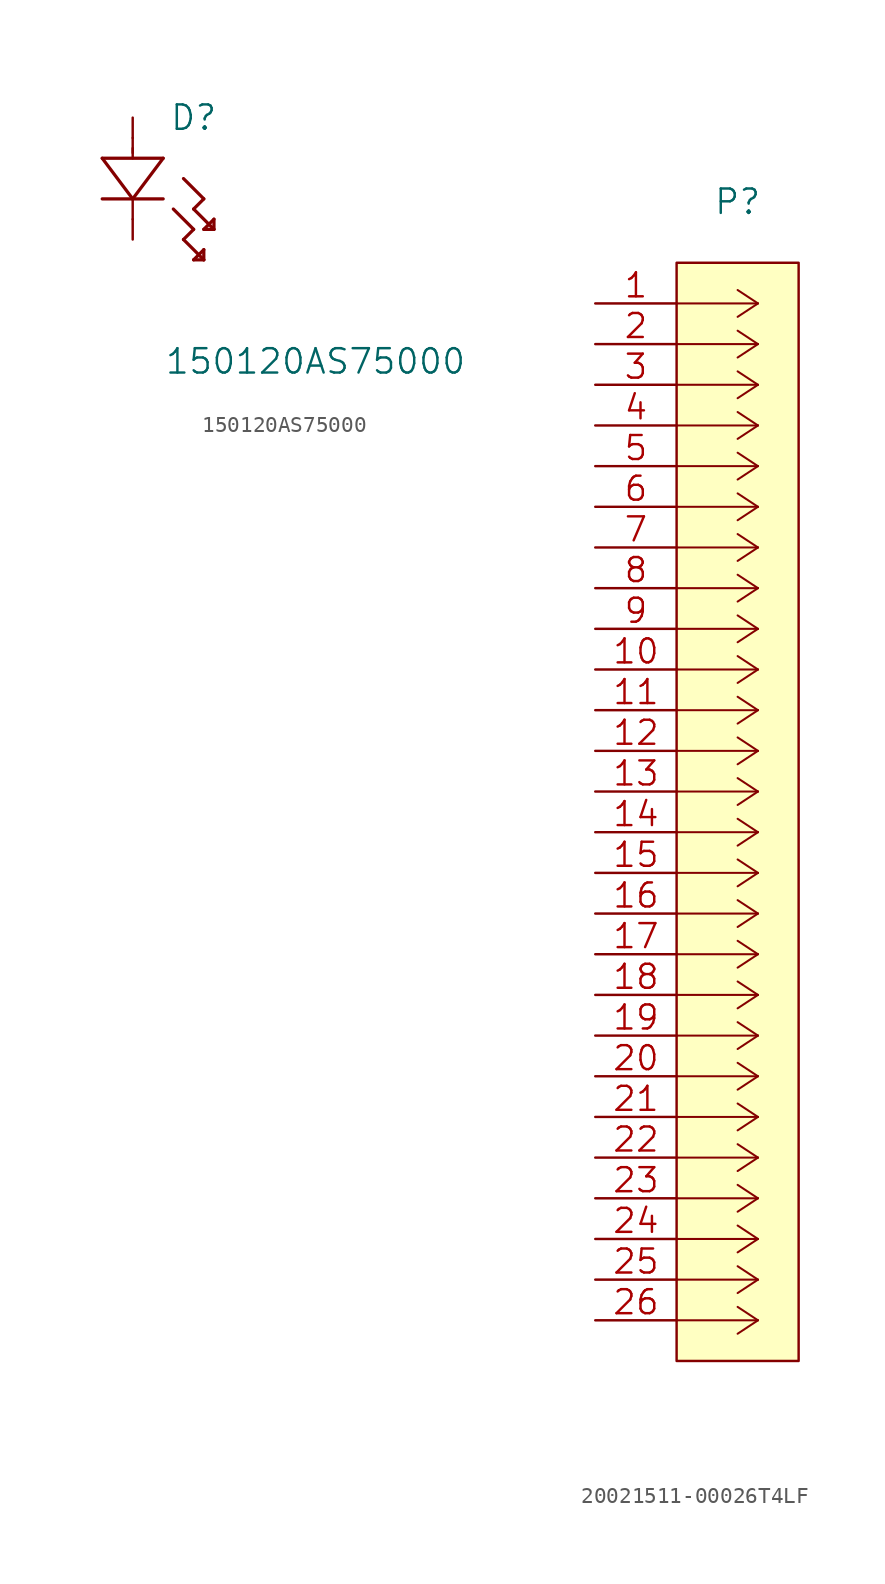
<source format=kicad_sym>
(kicad_symbol_lib
  (version 20211014)
  (generator kicad_symbol_editor)
  (symbol "150120AS75000"
    (pin_numbers hide)
    (pin_names hide)
    (property "Reference" "D"
      (at 3.81 5.08 0)
      (effects (font (size 1.524 1.524))))
    (property "Value" "150120AS75000"
      (at 11.43 -10.16 0)
      (effects (font (size 1.524 1.524))))
    (property "Datasheet" ""
      (at 0 6.35 90)
      (effects (font (size 1.524 1.524))))
    (property "ki_locked" ""
      (at 0 0 0)
      (effects (font (size 1.27 1.27))))
    (symbol "150120AS75000_1_1"
      (polyline (pts (xy -1.905 0) (xy 1.905 0)) (stroke (width 0.203) (type default) (color 0 0 0 0)) (fill (type none)))
      (polyline (pts (xy -1.905 2.54) (xy 0 0)) (stroke (width 0.203) (type default) (color 0 0 0 0)) (fill (type none)))
      (polyline (pts (xy 0 0) (xy 0 -1.27)) (stroke (width 0.152) (type default) (color 0 0 0 0)) (fill (type none)))
      (polyline (pts (xy 0 0) (xy 1.905 2.54)) (stroke (width 0.203) (type default) (color 0 0 0 0)) (fill (type none)))
      (polyline (pts (xy 0 3.175) (xy 0 2.54)) (stroke (width 0.152) (type default) (color 0 0 0 0)) (fill (type none)))
      (polyline (pts (xy 0 3.81) (xy 0 2.87)) (stroke (width 0.152) (type default) (color 0 0 0 0)) (fill (type none)))
      (polyline (pts (xy 1.905 2.54) (xy -1.905 2.54)) (stroke (width 0.203) (type default) (color 0 0 0 0)) (fill (type none)))
      (polyline (pts (xy 2.54 -0.635) (xy 3.81 -1.905)) (stroke (width 0.203) (type default) (color 0 0 0 0)) (fill (type none)))
      (polyline (pts (xy 3.175 -2.54) (xy 4.445 -3.81)) (stroke (width 0.203) (type default) (color 0 0 0 0)) (fill (type none)))
      (polyline (pts (xy 3.175 1.27) (xy 4.445 0)) (stroke (width 0.203) (type default) (color 0 0 0 0)) (fill (type none)))
      (polyline (pts (xy 3.81 -3.81) (xy 4.445 -3.81)) (stroke (width 0.203) (type default) (color 0 0 0 0)) (fill (type none)))
      (polyline (pts (xy 3.81 -1.905) (xy 3.175 -2.54)) (stroke (width 0.203) (type default) (color 0 0 0 0)) (fill (type none)))
      (polyline (pts (xy 3.81 -0.635) (xy 5.08 -1.905)) (stroke (width 0.203) (type default) (color 0 0 0 0)) (fill (type none)))
      (polyline (pts (xy 4.445 -3.81) (xy 4.445 -3.175)) (stroke (width 0.203) (type default) (color 0 0 0 0)) (fill (type none)))
      (polyline (pts (xy 4.445 -3.175) (xy 3.81 -3.81)) (stroke (width 0.203) (type default) (color 0 0 0 0)) (fill (type none)))
      (polyline (pts (xy 4.445 -1.905) (xy 5.08 -1.905)) (stroke (width 0.203) (type default) (color 0 0 0 0)) (fill (type none)))
      (polyline (pts (xy 4.445 0) (xy 3.81 -0.635)) (stroke (width 0.203) (type default) (color 0 0 0 0)) (fill (type none)))
      (polyline (pts (xy 5.08 -1.905) (xy 5.08 -1.27)) (stroke (width 0.203) (type default) (color 0 0 0 0)) (fill (type none)))
      (polyline (pts (xy 5.08 -1.27) (xy 4.445 -1.905)) (stroke (width 0.203) (type default) (color 0 0 0 0)) (fill (type none)))
      (pin passive line (at 0 -2.54 90) (length 1.27) (name "1" (effects (font (size 1.499 1.499)))) (number "1" (effects (font (size 1.499 1.499)))))
      (pin passive line (at 0 5.08 270) (length 1.27) (name "2" (effects (font (size 1.499 1.499)))) (number "2" (effects (font (size 1.499 1.499)))))))
  (symbol "20021511-00026T4LF"
    (pin_names
      (offset 0.254) hide)
    (property "Reference" "P"
      (at 8.89 6.35 0)
      (effects (font (size 1.524 1.524))))
    (symbol "20021511-00026T4LF_0_1"
      (rectangle (start 5.08 2.54) (end 12.7 -66.04) (stroke (width 0.152) (type default) (color 0 0 0 0)) (fill (type background))))
    (symbol "20021511-00026T4LF_1_1"
      (polyline (pts (xy 10.16 -63.5) (xy 5.08 -63.5)) (stroke (width 0.127) (type default) (color 0 0 0 0)) (fill (type none)))
      (polyline (pts (xy 10.16 -63.5) (xy 8.89 -64.338)) (stroke (width 0.127) (type default) (color 0 0 0 0)) (fill (type none)))
      (polyline (pts (xy 10.16 -63.5) (xy 8.89 -62.662)) (stroke (width 0.127) (type default) (color 0 0 0 0)) (fill (type none)))
      (polyline (pts (xy 10.16 -60.96) (xy 5.08 -60.96)) (stroke (width 0.127) (type default) (color 0 0 0 0)) (fill (type none)))
      (polyline (pts (xy 10.16 -60.96) (xy 8.89 -61.798)) (stroke (width 0.127) (type default) (color 0 0 0 0)) (fill (type none)))
      (polyline (pts (xy 10.16 -60.96) (xy 8.89 -60.122)) (stroke (width 0.127) (type default) (color 0 0 0 0)) (fill (type none)))
      (polyline (pts (xy 10.16 -58.42) (xy 5.08 -58.42)) (stroke (width 0.127) (type default) (color 0 0 0 0)) (fill (type none)))
      (polyline (pts (xy 10.16 -58.42) (xy 8.89 -59.258)) (stroke (width 0.127) (type default) (color 0 0 0 0)) (fill (type none)))
      (polyline (pts (xy 10.16 -58.42) (xy 8.89 -57.582)) (stroke (width 0.127) (type default) (color 0 0 0 0)) (fill (type none)))
      (polyline (pts (xy 10.16 -55.88) (xy 5.08 -55.88)) (stroke (width 0.127) (type default) (color 0 0 0 0)) (fill (type none)))
      (polyline (pts (xy 10.16 -55.88) (xy 8.89 -56.718)) (stroke (width 0.127) (type default) (color 0 0 0 0)) (fill (type none)))
      (polyline (pts (xy 10.16 -55.88) (xy 8.89 -55.042)) (stroke (width 0.127) (type default) (color 0 0 0 0)) (fill (type none)))
      (polyline (pts (xy 10.16 -53.34) (xy 5.08 -53.34)) (stroke (width 0.127) (type default) (color 0 0 0 0)) (fill (type none)))
      (polyline (pts (xy 10.16 -53.34) (xy 8.89 -54.178)) (stroke (width 0.127) (type default) (color 0 0 0 0)) (fill (type none)))
      (polyline (pts (xy 10.16 -53.34) (xy 8.89 -52.502)) (stroke (width 0.127) (type default) (color 0 0 0 0)) (fill (type none)))
      (polyline (pts (xy 10.16 -50.8) (xy 5.08 -50.8)) (stroke (width 0.127) (type default) (color 0 0 0 0)) (fill (type none)))
      (polyline (pts (xy 10.16 -50.8) (xy 8.89 -51.638)) (stroke (width 0.127) (type default) (color 0 0 0 0)) (fill (type none)))
      (polyline (pts (xy 10.16 -50.8) (xy 8.89 -49.962)) (stroke (width 0.127) (type default) (color 0 0 0 0)) (fill (type none)))
      (polyline (pts (xy 10.16 -48.26) (xy 5.08 -48.26)) (stroke (width 0.127) (type default) (color 0 0 0 0)) (fill (type none)))
      (polyline (pts (xy 10.16 -48.26) (xy 8.89 -49.098)) (stroke (width 0.127) (type default) (color 0 0 0 0)) (fill (type none)))
      (polyline (pts (xy 10.16 -48.26) (xy 8.89 -47.422)) (stroke (width 0.127) (type default) (color 0 0 0 0)) (fill (type none)))
      (polyline (pts (xy 10.16 -45.72) (xy 5.08 -45.72)) (stroke (width 0.127) (type default) (color 0 0 0 0)) (fill (type none)))
      (polyline (pts (xy 10.16 -45.72) (xy 8.89 -46.558)) (stroke (width 0.127) (type default) (color 0 0 0 0)) (fill (type none)))
      (polyline (pts (xy 10.16 -45.72) (xy 8.89 -44.882)) (stroke (width 0.127) (type default) (color 0 0 0 0)) (fill (type none)))
      (polyline (pts (xy 10.16 -43.18) (xy 5.08 -43.18)) (stroke (width 0.127) (type default) (color 0 0 0 0)) (fill (type none)))
      (polyline (pts (xy 10.16 -43.18) (xy 8.89 -44.018)) (stroke (width 0.127) (type default) (color 0 0 0 0)) (fill (type none)))
      (polyline (pts (xy 10.16 -43.18) (xy 8.89 -42.342)) (stroke (width 0.127) (type default) (color 0 0 0 0)) (fill (type none)))
      (polyline (pts (xy 10.16 -40.64) (xy 5.08 -40.64)) (stroke (width 0.127) (type default) (color 0 0 0 0)) (fill (type none)))
      (polyline (pts (xy 10.16 -40.64) (xy 8.89 -41.478)) (stroke (width 0.127) (type default) (color 0 0 0 0)) (fill (type none)))
      (polyline (pts (xy 10.16 -40.64) (xy 8.89 -39.802)) (stroke (width 0.127) (type default) (color 0 0 0 0)) (fill (type none)))
      (polyline (pts (xy 10.16 -38.1) (xy 5.08 -38.1)) (stroke (width 0.127) (type default) (color 0 0 0 0)) (fill (type none)))
      (polyline (pts (xy 10.16 -38.1) (xy 8.89 -38.938)) (stroke (width 0.127) (type default) (color 0 0 0 0)) (fill (type none)))
      (polyline (pts (xy 10.16 -38.1) (xy 8.89 -37.262)) (stroke (width 0.127) (type default) (color 0 0 0 0)) (fill (type none)))
      (polyline (pts (xy 10.16 -35.56) (xy 5.08 -35.56)) (stroke (width 0.127) (type default) (color 0 0 0 0)) (fill (type none)))
      (polyline (pts (xy 10.16 -35.56) (xy 8.89 -36.398)) (stroke (width 0.127) (type default) (color 0 0 0 0)) (fill (type none)))
      (polyline (pts (xy 10.16 -35.56) (xy 8.89 -34.722)) (stroke (width 0.127) (type default) (color 0 0 0 0)) (fill (type none)))
      (polyline (pts (xy 10.16 -33.02) (xy 5.08 -33.02)) (stroke (width 0.127) (type default) (color 0 0 0 0)) (fill (type none)))
      (polyline (pts (xy 10.16 -33.02) (xy 8.89 -33.858)) (stroke (width 0.127) (type default) (color 0 0 0 0)) (fill (type none)))
      (polyline (pts (xy 10.16 -33.02) (xy 8.89 -32.182)) (stroke (width 0.127) (type default) (color 0 0 0 0)) (fill (type none)))
      (polyline (pts (xy 10.16 -30.48) (xy 5.08 -30.48)) (stroke (width 0.127) (type default) (color 0 0 0 0)) (fill (type none)))
      (polyline (pts (xy 10.16 -30.48) (xy 8.89 -31.318)) (stroke (width 0.127) (type default) (color 0 0 0 0)) (fill (type none)))
      (polyline (pts (xy 10.16 -30.48) (xy 8.89 -29.642)) (stroke (width 0.127) (type default) (color 0 0 0 0)) (fill (type none)))
      (polyline (pts (xy 10.16 -27.94) (xy 5.08 -27.94)) (stroke (width 0.127) (type default) (color 0 0 0 0)) (fill (type none)))
      (polyline (pts (xy 10.16 -27.94) (xy 8.89 -28.778)) (stroke (width 0.127) (type default) (color 0 0 0 0)) (fill (type none)))
      (polyline (pts (xy 10.16 -27.94) (xy 8.89 -27.102)) (stroke (width 0.127) (type default) (color 0 0 0 0)) (fill (type none)))
      (polyline (pts (xy 10.16 -25.4) (xy 5.08 -25.4)) (stroke (width 0.127) (type default) (color 0 0 0 0)) (fill (type none)))
      (polyline (pts (xy 10.16 -25.4) (xy 8.89 -26.238)) (stroke (width 0.127) (type default) (color 0 0 0 0)) (fill (type none)))
      (polyline (pts (xy 10.16 -25.4) (xy 8.89 -24.562)) (stroke (width 0.127) (type default) (color 0 0 0 0)) (fill (type none)))
      (polyline (pts (xy 10.16 -22.86) (xy 5.08 -22.86)) (stroke (width 0.127) (type default) (color 0 0 0 0)) (fill (type none)))
      (polyline (pts (xy 10.16 -22.86) (xy 8.89 -23.698)) (stroke (width 0.127) (type default) (color 0 0 0 0)) (fill (type none)))
      (polyline (pts (xy 10.16 -22.86) (xy 8.89 -22.022)) (stroke (width 0.127) (type default) (color 0 0 0 0)) (fill (type none)))
      (polyline (pts (xy 10.16 -20.32) (xy 5.08 -20.32)) (stroke (width 0.127) (type default) (color 0 0 0 0)) (fill (type none)))
      (polyline (pts (xy 10.16 -20.32) (xy 8.89 -21.158)) (stroke (width 0.127) (type default) (color 0 0 0 0)) (fill (type none)))
      (polyline (pts (xy 10.16 -20.32) (xy 8.89 -19.482)) (stroke (width 0.127) (type default) (color 0 0 0 0)) (fill (type none)))
      (polyline (pts (xy 10.16 -17.78) (xy 5.08 -17.78)) (stroke (width 0.127) (type default) (color 0 0 0 0)) (fill (type none)))
      (polyline (pts (xy 10.16 -17.78) (xy 8.89 -18.618)) (stroke (width 0.127) (type default) (color 0 0 0 0)) (fill (type none)))
      (polyline (pts (xy 10.16 -17.78) (xy 8.89 -16.942)) (stroke (width 0.127) (type default) (color 0 0 0 0)) (fill (type none)))
      (polyline (pts (xy 10.16 -15.24) (xy 5.08 -15.24)) (stroke (width 0.127) (type default) (color 0 0 0 0)) (fill (type none)))
      (polyline (pts (xy 10.16 -15.24) (xy 8.89 -16.078)) (stroke (width 0.127) (type default) (color 0 0 0 0)) (fill (type none)))
      (polyline (pts (xy 10.16 -15.24) (xy 8.89 -14.402)) (stroke (width 0.127) (type default) (color 0 0 0 0)) (fill (type none)))
      (polyline (pts (xy 10.16 -12.7) (xy 5.08 -12.7)) (stroke (width 0.127) (type default) (color 0 0 0 0)) (fill (type none)))
      (polyline (pts (xy 10.16 -12.7) (xy 8.89 -13.538)) (stroke (width 0.127) (type default) (color 0 0 0 0)) (fill (type none)))
      (polyline (pts (xy 10.16 -12.7) (xy 8.89 -11.862)) (stroke (width 0.127) (type default) (color 0 0 0 0)) (fill (type none)))
      (polyline (pts (xy 10.16 -10.16) (xy 5.08 -10.16)) (stroke (width 0.127) (type default) (color 0 0 0 0)) (fill (type none)))
      (polyline (pts (xy 10.16 -10.16) (xy 8.89 -10.998)) (stroke (width 0.127) (type default) (color 0 0 0 0)) (fill (type none)))
      (polyline (pts (xy 10.16 -10.16) (xy 8.89 -9.322)) (stroke (width 0.127) (type default) (color 0 0 0 0)) (fill (type none)))
      (polyline (pts (xy 10.16 -7.62) (xy 5.08 -7.62)) (stroke (width 0.127) (type default) (color 0 0 0 0)) (fill (type none)))
      (polyline (pts (xy 10.16 -7.62) (xy 8.89 -8.458)) (stroke (width 0.127) (type default) (color 0 0 0 0)) (fill (type none)))
      (polyline (pts (xy 10.16 -7.62) (xy 8.89 -6.782)) (stroke (width 0.127) (type default) (color 0 0 0 0)) (fill (type none)))
      (polyline (pts (xy 10.16 -5.08) (xy 5.08 -5.08)) (stroke (width 0.127) (type default) (color 0 0 0 0)) (fill (type none)))
      (polyline (pts (xy 10.16 -5.08) (xy 8.89 -5.918)) (stroke (width 0.127) (type default) (color 0 0 0 0)) (fill (type none)))
      (polyline (pts (xy 10.16 -5.08) (xy 8.89 -4.242)) (stroke (width 0.127) (type default) (color 0 0 0 0)) (fill (type none)))
      (polyline (pts (xy 10.16 -2.54) (xy 5.08 -2.54)) (stroke (width 0.127) (type default) (color 0 0 0 0)) (fill (type none)))
      (polyline (pts (xy 10.16 -2.54) (xy 8.89 -3.378)) (stroke (width 0.127) (type default) (color 0 0 0 0)) (fill (type none)))
      (polyline (pts (xy 10.16 -2.54) (xy 8.89 -1.702)) (stroke (width 0.127) (type default) (color 0 0 0 0)) (fill (type none)))
      (polyline (pts (xy 10.16 0) (xy 5.08 0)) (stroke (width 0.127) (type default) (color 0 0 0 0)) (fill (type none)))
      (polyline (pts (xy 10.16 0) (xy 8.89 -0.838)) (stroke (width 0.127) (type default) (color 0 0 0 0)) (fill (type none)))
      (polyline (pts (xy 10.16 0) (xy 8.89 0.838)) (stroke (width 0.127) (type default) (color 0 0 0 0)) (fill (type none)))
      (pin passive line (at 0 0 0) (length 5.08) (name "1" (effects (font (size 1.499 1.499)))) (number "1" (effects (font (size 1.499 1.499)))))
      (pin passive line (at 0 -22.86 0) (length 5.08) (name "10" (effects (font (size 1.499 1.499)))) (number "10" (effects (font (size 1.499 1.499)))))
      (pin passive line (at 0 -25.4 0) (length 5.08) (name "11" (effects (font (size 1.499 1.499)))) (number "11" (effects (font (size 1.499 1.499)))))
      (pin passive line (at 0 -27.94 0) (length 5.08) (name "12" (effects (font (size 1.499 1.499)))) (number "12" (effects (font (size 1.499 1.499)))))
      (pin passive line (at 0 -30.48 0) (length 5.08) (name "13" (effects (font (size 1.499 1.499)))) (number "13" (effects (font (size 1.499 1.499)))))
      (pin passive line (at 0 -33.02 0) (length 5.08) (name "14" (effects (font (size 1.499 1.499)))) (number "14" (effects (font (size 1.499 1.499)))))
      (pin passive line (at 0 -35.56 0) (length 5.08) (name "15" (effects (font (size 1.499 1.499)))) (number "15" (effects (font (size 1.499 1.499)))))
      (pin passive line (at 0 -38.1 0) (length 5.08) (name "16" (effects (font (size 1.499 1.499)))) (number "16" (effects (font (size 1.499 1.499)))))
      (pin passive line (at 0 -40.64 0) (length 5.08) (name "17" (effects (font (size 1.499 1.499)))) (number "17" (effects (font (size 1.499 1.499)))))
      (pin passive line (at 0 -43.18 0) (length 5.08) (name "18" (effects (font (size 1.499 1.499)))) (number "18" (effects (font (size 1.499 1.499)))))
      (pin passive line (at 0 -45.72 0) (length 5.08) (name "19" (effects (font (size 1.499 1.499)))) (number "19" (effects (font (size 1.499 1.499)))))
      (pin passive line (at 0 -2.54 0) (length 5.08) (name "2" (effects (font (size 1.499 1.499)))) (number "2" (effects (font (size 1.499 1.499)))))
      (pin passive line (at 0 -48.26 0) (length 5.08) (name "20" (effects (font (size 1.499 1.499)))) (number "20" (effects (font (size 1.499 1.499)))))
      (pin passive line (at 0 -50.8 0) (length 5.08) (name "21" (effects (font (size 1.499 1.499)))) (number "21" (effects (font (size 1.499 1.499)))))
      (pin passive line (at 0 -53.34 0) (length 5.08) (name "22" (effects (font (size 1.499 1.499)))) (number "22" (effects (font (size 1.499 1.499)))))
      (pin passive line (at 0 -55.88 0) (length 5.08) (name "23" (effects (font (size 1.499 1.499)))) (number "23" (effects (font (size 1.499 1.499)))))
      (pin passive line (at 0 -58.42 0) (length 5.08) (name "24" (effects (font (size 1.499 1.499)))) (number "24" (effects (font (size 1.499 1.499)))))
      (pin passive line (at 0 -60.96 0) (length 5.08) (name "25" (effects (font (size 1.499 1.499)))) (number "25" (effects (font (size 1.499 1.499)))))
      (pin passive line (at 0 -63.5 0) (length 5.08) (name "26" (effects (font (size 1.499 1.499)))) (number "26" (effects (font (size 1.499 1.499)))))
      (pin passive line (at 0 -5.08 0) (length 5.08) (name "3" (effects (font (size 1.499 1.499)))) (number "3" (effects (font (size 1.499 1.499)))))
      (pin passive line (at 0 -7.62 0) (length 5.08) (name "4" (effects (font (size 1.499 1.499)))) (number "4" (effects (font (size 1.499 1.499)))))
      (pin passive line (at 0 -10.16 0) (length 5.08) (name "5" (effects (font (size 1.499 1.499)))) (number "5" (effects (font (size 1.499 1.499)))))
      (pin passive line (at 0 -12.7 0) (length 5.08) (name "6" (effects (font (size 1.499 1.499)))) (number "6" (effects (font (size 1.499 1.499)))))
      (pin passive line (at 0 -15.24 0) (length 5.08) (name "7" (effects (font (size 1.499 1.499)))) (number "7" (effects (font (size 1.499 1.499)))))
      (pin passive line (at 0 -17.78 0) (length 5.08) (name "8" (effects (font (size 1.499 1.499)))) (number "8" (effects (font (size 1.499 1.499)))))
      (pin passive line (at 0 -20.32 0) (length 5.08) (name "9" (effects (font (size 1.499 1.499)))) (number "9" (effects (font (size 1.499 1.499))))))))
</source>
